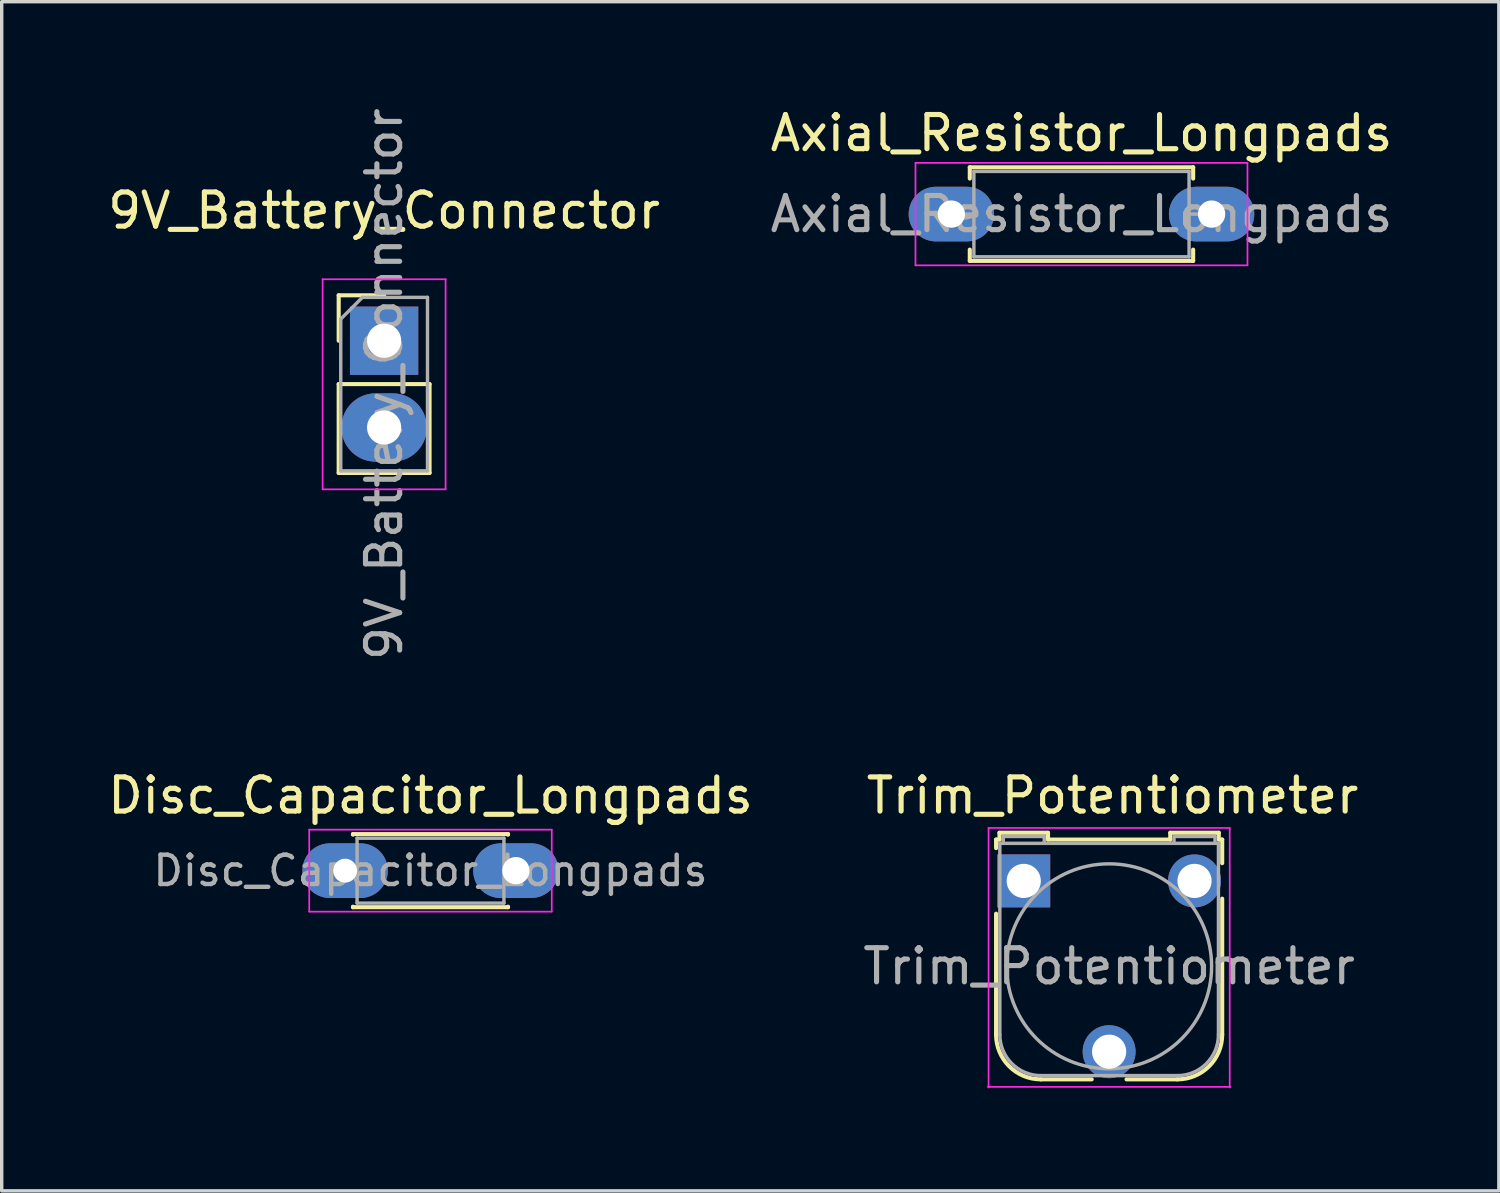
<source format=kicad_pcb>
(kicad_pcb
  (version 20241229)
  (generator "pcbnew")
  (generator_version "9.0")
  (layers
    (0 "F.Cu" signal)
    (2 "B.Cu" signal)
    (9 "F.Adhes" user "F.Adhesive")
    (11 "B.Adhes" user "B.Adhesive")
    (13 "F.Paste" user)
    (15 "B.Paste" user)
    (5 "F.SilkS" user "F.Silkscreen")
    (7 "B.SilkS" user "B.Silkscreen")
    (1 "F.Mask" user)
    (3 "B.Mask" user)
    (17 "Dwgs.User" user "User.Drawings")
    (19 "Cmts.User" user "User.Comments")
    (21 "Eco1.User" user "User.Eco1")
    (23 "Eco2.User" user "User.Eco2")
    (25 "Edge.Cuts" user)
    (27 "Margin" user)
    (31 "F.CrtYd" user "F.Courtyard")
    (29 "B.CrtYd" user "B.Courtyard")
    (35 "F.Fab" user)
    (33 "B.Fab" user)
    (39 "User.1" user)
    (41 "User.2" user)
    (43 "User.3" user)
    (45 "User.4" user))
  (footprint "9V_Battery_Connector"
    (layer "F.Cu")
    (at 8.196 6.926)
    (property "Reference" "9V_Battery_Connector" (at 0 -3.81 0) (layer "F.SilkS") (effects (font (size 1 1) (thickness 0.15))))
    (attr through_hole)
    (fp_line (start -1.33 -1.33) (end 0 -1.33) (stroke (width 0.12) (type solid)) (layer "F.SilkS"))
    (fp_line (start -1.33 0) (end -1.33 -1.33) (stroke (width 0.12) (type solid)) (layer "F.SilkS"))
    (fp_line (start -1.33 1.27) (end -1.33 3.87) (stroke (width 0.12) (type solid)) (layer "F.SilkS"))
    (fp_line (start -1.33 1.27) (end 1.33 1.27) (stroke (width 0.12) (type solid)) (layer "F.SilkS"))
    (fp_line (start -1.33 3.87) (end 1.33 3.87) (stroke (width 0.12) (type solid)) (layer "F.SilkS"))
    (fp_line (start 1.33 1.27) (end 1.33 3.87) (stroke (width 0.12) (type solid)) (layer "F.SilkS"))
    (fp_line (start -1.8 -1.8) (end -1.8 4.35) (stroke (width 0.05) (type solid)) (layer "F.CrtYd"))
    (fp_line (start -1.8 4.35) (end 1.8 4.35) (stroke (width 0.05) (type solid)) (layer "F.CrtYd"))
    (fp_line (start 1.8 -1.8) (end -1.8 -1.8) (stroke (width 0.05) (type solid)) (layer "F.CrtYd"))
    (fp_line (start 1.8 4.35) (end 1.8 -1.8) (stroke (width 0.05) (type solid)) (layer "F.CrtYd"))
    (fp_line (start -1.27 -0.635) (end -0.635 -1.27) (stroke (width 0.1) (type solid)) (layer "F.Fab"))
    (fp_line (start -1.27 3.81) (end -1.27 -0.635) (stroke (width 0.1) (type solid)) (layer "F.Fab"))
    (fp_line (start -0.635 -1.27) (end 1.27 -1.27) (stroke (width 0.1) (type solid)) (layer "F.Fab"))
    (fp_line (start 1.27 -1.27) (end 1.27 3.81) (stroke (width 0.1) (type solid)) (layer "F.Fab"))
    (fp_line (start 1.27 3.81) (end -1.27 3.81) (stroke (width 0.1) (type solid)) (layer "F.Fab"))
    (fp_text user "${REFERENCE}" (at 0 1.27 90) (layer "F.Fab") (effects (font (size 1 1) (thickness 0.15))))
    (pad "1" thru_hole rect (at 0 0) (size 2 2) (drill 1) (layers "*.Cu" "*.Mask"))
    (pad "2" thru_hole oval (at 0 2.54) (size 2.5 2) (drill 1) (layers "*.Cu" "*.Mask")))
  (footprint "Trim_Potentiometer"
    (layer "F.Cu")
    (at 26.923 22.741)
    (property "Reference" "Trim_Potentiometer" (at 2.6 -2.5 0) (layer "F.SilkS") (effects (font (size 1 1) (thickness 0.15))))
    (attr through_hole)
    (fp_line (start -0.81 -1.21) (end -0.81 -0.96) (stroke (width 0.12) (type solid)) (layer "F.SilkS"))
    (fp_line (start -0.81 4.5) (end -0.81 0.96) (stroke (width 0.12) (type solid)) (layer "F.SilkS"))
    (fp_line (start -0.71 -1.41) (end -0.71 -1.21) (stroke (width 0.12) (type solid)) (layer "F.SilkS"))
    (fp_line (start -0.71 -1.41) (end 0.71 -1.41) (stroke (width 0.12) (type solid)) (layer "F.SilkS"))
    (fp_line (start -0.71 -1.21) (end -0.81 -1.21) (stroke (width 0.12) (type solid)) (layer "F.SilkS"))
    (fp_line (start 0.71 -1.21) (end 0.71 -1.41) (stroke (width 0.12) (type solid)) (layer "F.SilkS"))
    (fp_line (start 0.71 -1.21) (end 4.29 -1.21) (stroke (width 0.12) (type solid)) (layer "F.SilkS"))
    (fp_line (start 1.99 5.81) (end 0.5 5.81) (stroke (width 0.12) (type solid)) (layer "F.SilkS"))
    (fp_line (start 4.29 -1.41) (end 5.71 -1.41) (stroke (width 0.12) (type solid)) (layer "F.SilkS"))
    (fp_line (start 4.29 -1.21) (end 4.29 -1.41) (stroke (width 0.12) (type solid)) (layer "F.SilkS"))
    (fp_line (start 4.5 5.81) (end 3.01 5.81) (stroke (width 0.12) (type solid)) (layer "F.SilkS"))
    (fp_line (start 5.71 -1.41) (end 5.71 -1.21) (stroke (width 0.12) (type solid)) (layer "F.SilkS"))
    (fp_line (start 5.71 -1.21) (end 5.81 -1.21) (stroke (width 0.12) (type solid)) (layer "F.SilkS"))
    (fp_line (start 5.81 -1.21) (end 5.81 -0.52) (stroke (width 0.12) (type solid)) (layer "F.SilkS"))
    (fp_line (start 5.81 0.52) (end 5.81 4.5) (stroke (width 0.12) (type solid)) (layer "F.SilkS"))
    (fp_arc (start 0.5 5.81) (mid -0.42631 5.42631) (end -0.81 4.5) (stroke (width 0.12) (type solid)) (layer "F.SilkS"))
    (fp_arc (start 5.81 4.5) (mid 5.42631 5.42631) (end 4.5 5.81) (stroke (width 0.12) (type solid)) (layer "F.SilkS"))
    (fp_line (start -1.03 -1.55) (end -1.03 6.05) (stroke (width 0.05) (type solid)) (layer "F.CrtYd"))
    (fp_line (start -1.03 -1.55) (end 6.03 -1.55) (stroke (width 0.05) (type solid)) (layer "F.CrtYd"))
    (fp_line (start 6.03 6.05) (end 6.03 -1.55) (stroke (width 0.05) (type solid)) (layer "F.CrtYd"))
    (fp_line (start 6.05 6.03) (end -1.05 6.03) (stroke (width 0.05) (type solid)) (layer "F.CrtYd"))
    (fp_line (start -0.7 4.5) (end -0.7 -1.1) (stroke (width 0.1) (type solid)) (layer "F.Fab"))
    (fp_line (start -0.6 -1.3) (end 0.6 -1.3) (stroke (width 0.1) (type solid)) (layer "F.Fab"))
    (fp_line (start -0.6 -1.1) (end -0.6 -1.3) (stroke (width 0.1) (type solid)) (layer "F.Fab"))
    (fp_line (start 0.5 5.7) (end 4.5 5.7) (stroke (width 0.1) (type solid)) (layer "F.Fab"))
    (fp_line (start 0.6 -1.3) (end 0.6 -1.1) (stroke (width 0.1) (type solid)) (layer "F.Fab"))
    (fp_line (start 4.4 -1.3) (end 4.4 -1.1) (stroke (width 0.1) (type solid)) (layer "F.Fab"))
    (fp_line (start 5.6 -1.3) (end 4.41 -1.3) (stroke (width 0.1) (type solid)) (layer "F.Fab"))
    (fp_line (start 5.6 -1.1) (end 5.6 -1.3) (stroke (width 0.1) (type solid)) (layer "F.Fab"))
    (fp_line (start 5.7 -1.1) (end -0.7 -1.1) (stroke (width 0.1) (type solid)) (layer "F.Fab"))
    (fp_line (start 5.7 4.5) (end 5.7 -1.1) (stroke (width 0.1) (type solid)) (layer "F.Fab"))
    (fp_arc (start 0.5 5.7) (mid -0.348528 5.348528) (end -0.7 4.5) (stroke (width 0.1) (type solid)) (layer "F.Fab"))
    (fp_arc (start 5.7 4.5) (mid 5.348528 5.348528) (end 4.5 5.7) (stroke (width 0.1) (type solid)) (layer "F.Fab"))
    (fp_circle (center 2.5 2.5) (end 5.5 2.5) (stroke (width 0.1) (type solid)) (fill no) (layer "F.Fab"))
    (fp_text user "${REFERENCE}" (at 2.5 2.5 0) (layer "F.Fab") (effects (font (size 1 1) (thickness 0.15))))
    (pad "1" thru_hole rect (at 0 0) (size 1.55 1.55) (drill 1) (layers "*.Cu" "*.Mask"))
    (pad "2" thru_hole circle (at 2.5 5) (size 1.55 1.55) (drill 1) (layers "*.Cu" "*.Mask"))
    (pad "3" thru_hole circle (at 5 0) (size 1.55 1.55) (drill 1) (layers "*.Cu" "*.Mask")))
  (footprint "Disc_Capacitor_Longpads"
    (layer "F.Cu")
    (at 7.054 22.441)
    (property "Reference" "Disc_Capacitor_Longpads" (at 2.5 -2.2 0) (layer "F.SilkS") (effects (font (size 1 1) (thickness 0.15))))
    (attr through_hole)
    (fp_line (start 0.23 -1.07) (end 0.23 -1.055) (stroke (width 0.12) (type solid)) (layer "F.SilkS"))
    (fp_line (start 0.23 -1.07) (end 4.77 -1.07) (stroke (width 0.12) (type solid)) (layer "F.SilkS"))
    (fp_line (start 0.23 1.055) (end 0.23 1.07) (stroke (width 0.12) (type solid)) (layer "F.SilkS"))
    (fp_line (start 0.23 1.07) (end 4.77 1.07) (stroke (width 0.12) (type solid)) (layer "F.SilkS"))
    (fp_line (start 4.77 -1.07) (end 4.77 -1.055) (stroke (width 0.12) (type solid)) (layer "F.SilkS"))
    (fp_line (start 4.77 1.055) (end 4.77 1.07) (stroke (width 0.12) (type solid)) (layer "F.SilkS"))
    (fp_line (start -1.05 -1.2) (end -1.05 1.2) (stroke (width 0.05) (type solid)) (layer "F.CrtYd"))
    (fp_line (start -1.05 1.2) (end 6.05 1.2) (stroke (width 0.05) (type solid)) (layer "F.CrtYd"))
    (fp_line (start 6.05 -1.2) (end -1.05 -1.2) (stroke (width 0.05) (type solid)) (layer "F.CrtYd"))
    (fp_line (start 6.05 1.2) (end 6.05 -1.2) (stroke (width 0.05) (type solid)) (layer "F.CrtYd"))
    (fp_line (start 0.35 -0.95) (end 0.35 0.95) (stroke (width 0.1) (type solid)) (layer "F.Fab"))
    (fp_line (start 0.35 0.95) (end 4.65 0.95) (stroke (width 0.1) (type solid)) (layer "F.Fab"))
    (fp_line (start 4.65 -0.95) (end 0.35 -0.95) (stroke (width 0.1) (type solid)) (layer "F.Fab"))
    (fp_line (start 4.65 0.95) (end 4.65 -0.95) (stroke (width 0.1) (type solid)) (layer "F.Fab"))
    (fp_text user "${REFERENCE}" (at 2.5 0 0) (layer "F.Fab") (effects (font (size 0.86 0.86) (thickness 0.129))))
    (pad "1" thru_hole oval (at 0 0) (size 2.5 1.6) (drill 0.7) (layers "*.Cu" "*.Mask"))
    (pad "2" thru_hole oval (at 5 0) (size 2.5 1.6) (drill 0.8) (layers "*.Cu" "*.Mask")))
  (footprint "Axial_Resistor_Longpads"
    (layer "F.Cu")
    (at 24.803 3.218)
    (property "Reference" "Axial_Resistor_Longpads" (at 3.81 -2.37 0) (layer "F.SilkS") (effects (font (size 1 1) (thickness 0.15))))
    (attr through_hole)
    (fp_line (start 0.54 -1.37) (end 7.08 -1.37) (stroke (width 0.12) (type solid)) (layer "F.SilkS"))
    (fp_line (start 0.54 -1.04) (end 0.54 -1.37) (stroke (width 0.12) (type solid)) (layer "F.SilkS"))
    (fp_line (start 0.54 1.04) (end 0.54 1.37) (stroke (width 0.12) (type solid)) (layer "F.SilkS"))
    (fp_line (start 0.54 1.37) (end 7.08 1.37) (stroke (width 0.12) (type solid)) (layer "F.SilkS"))
    (fp_line (start 7.08 -1.37) (end 7.08 -1.04) (stroke (width 0.12) (type solid)) (layer "F.SilkS"))
    (fp_line (start 7.08 1.37) (end 7.08 1.04) (stroke (width 0.12) (type solid)) (layer "F.SilkS"))
    (fp_line (start -1.05 -1.5) (end -1.05 1.5) (stroke (width 0.05) (type solid)) (layer "F.CrtYd"))
    (fp_line (start -1.05 1.5) (end 8.67 1.5) (stroke (width 0.05) (type solid)) (layer "F.CrtYd"))
    (fp_line (start 8.67 -1.5) (end -1.05 -1.5) (stroke (width 0.05) (type solid)) (layer "F.CrtYd"))
    (fp_line (start 8.67 1.5) (end 8.67 -1.5) (stroke (width 0.05) (type solid)) (layer "F.CrtYd"))
    (fp_line (start 0 0) (end 0.66 0) (stroke (width 0.1) (type solid)) (layer "F.Fab"))
    (fp_line (start 0.66 -1.25) (end 0.66 1.25) (stroke (width 0.1) (type solid)) (layer "F.Fab"))
    (fp_line (start 0.66 1.25) (end 6.96 1.25) (stroke (width 0.1) (type solid)) (layer "F.Fab"))
    (fp_line (start 6.96 -1.25) (end 0.66 -1.25) (stroke (width 0.1) (type solid)) (layer "F.Fab"))
    (fp_line (start 6.96 1.25) (end 6.96 -1.25) (stroke (width 0.1) (type solid)) (layer "F.Fab"))
    (fp_line (start 7.62 0) (end 6.96 0) (stroke (width 0.1) (type solid)) (layer "F.Fab"))
    (fp_text user "${REFERENCE}" (at 3.81 0 0) (layer "F.Fab") (effects (font (size 1 1) (thickness 0.15))))
    (pad "1" thru_hole oval (at 0 0) (size 2.5 1.6) (drill 0.8) (layers "*.Cu" "*.Mask"))
    (pad "2" thru_hole oval (at 7.62 0) (size 2.5 1.6) (drill 0.8) (layers "*.Cu" "*.Mask")))
  (gr_rect
    (start -3 -3)
    (end 40.833 31.816)
    (stroke (width 0.1) (type default))
    (fill no)
    (layer "Edge.Cuts")))
</source>
